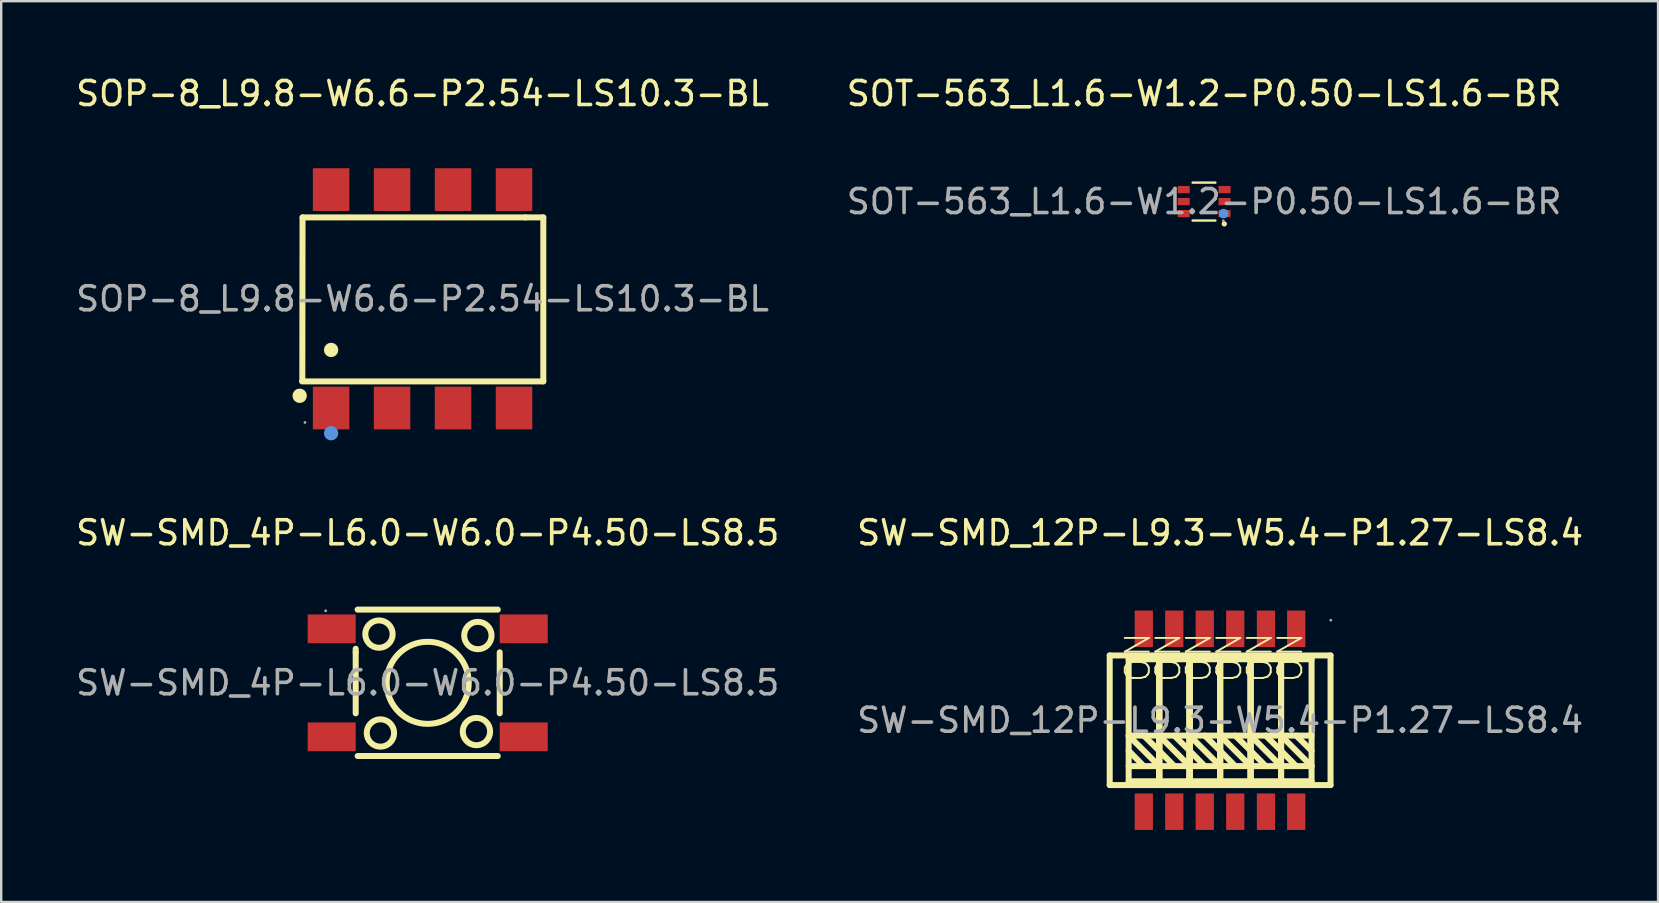
<source format=kicad_pcb>
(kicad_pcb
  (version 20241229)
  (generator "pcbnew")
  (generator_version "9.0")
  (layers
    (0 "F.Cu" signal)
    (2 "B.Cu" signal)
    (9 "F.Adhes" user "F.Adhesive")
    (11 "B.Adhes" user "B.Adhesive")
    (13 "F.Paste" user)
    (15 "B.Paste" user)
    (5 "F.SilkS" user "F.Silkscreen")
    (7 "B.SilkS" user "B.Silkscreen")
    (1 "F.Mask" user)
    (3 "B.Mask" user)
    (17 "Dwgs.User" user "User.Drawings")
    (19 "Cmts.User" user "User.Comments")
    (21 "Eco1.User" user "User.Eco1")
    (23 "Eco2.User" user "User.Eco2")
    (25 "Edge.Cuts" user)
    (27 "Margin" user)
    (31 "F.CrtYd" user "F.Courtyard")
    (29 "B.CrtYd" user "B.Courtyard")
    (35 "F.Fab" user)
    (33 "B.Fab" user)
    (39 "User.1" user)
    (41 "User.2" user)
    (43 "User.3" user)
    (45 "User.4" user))
  (footprint "SW-SMD_4P-L6.0-W6.0-P4.50-LS8.5"
    (layer "F.Cu")
    (at 14.768 25.396)
    (property "Reference" "SW-SMD_4P-L6.0-W6.0-P4.50-LS8.5" (at 0 -6.25 0) (layer "F.SilkS") (effects (font (size 1 1) (thickness 0.15))))
    (attr smd)
    (fp_line (start -3 -1.27) (end -3 -1.42) (stroke (width 0.25) (type solid)) (layer "F.SilkS"))
    (fp_line (start -3 -1.27) (end -3 1.27) (stroke (width 0.25) (type solid)) (layer "F.SilkS"))
    (fp_line (start -2.92 -3.05) (end 2.92 -3.05) (stroke (width 0.25) (type solid)) (layer "F.SilkS"))
    (fp_line (start -2.92 3.05) (end 2.92 3.05) (stroke (width 0.25) (type solid)) (layer "F.SilkS"))
    (fp_line (start 3 -1.27) (end 3 1.27) (stroke (width 0.25) (type solid)) (layer "F.SilkS"))
    (fp_circle (center -2.03 -2.03) (end -1.46 -2.03) (stroke (width 0.25) (type solid)) (fill no) (layer "F.SilkS"))
    (fp_circle (center -1.97 2.09) (end -1.4 2.09) (stroke (width 0.25) (type solid)) (fill no) (layer "F.SilkS"))
    (fp_circle (center 0 0) (end 1.71 0) (stroke (width 0.25) (type solid)) (fill no) (layer "F.SilkS"))
    (fp_circle (center 2.03 2.03) (end 2.6 2.03) (stroke (width 0.25) (type solid)) (fill no) (layer "F.SilkS"))
    (fp_circle (center 2.09 -1.97) (end 2.66 -1.97) (stroke (width 0.25) (type solid)) (fill no) (layer "F.SilkS"))
    (fp_circle (center -4.25 -3) (end -4.22 -3) (stroke (width 0.06) (type solid)) (fill no) (layer "F.Fab"))
    (fp_text user "${REFERENCE}" (at 0 0 0) (layer "F.Fab") (effects (font (size 1 1) (thickness 0.15))))
    (pad "1" smd rect (at -4 -2.25 90) (size 1.2 2) (layers "F.Cu" "F.Mask" "F.Paste"))
    (pad "2" smd rect (at 4 -2.25 90) (size 1.2 2) (layers "F.Cu" "F.Mask" "F.Paste"))
    (pad "3" smd rect (at -4 2.25 90) (size 1.2 2) (layers "F.Cu" "F.Mask" "F.Paste"))
    (pad "4" smd rect (at 4 2.25 90) (size 1.2 2) (layers "F.Cu" "F.Mask" "F.Paste")))
  (footprint "SOT-563_L1.6-W1.2-P0.50-LS1.6-BR"
    (layer "F.Cu")
    (at 47.113 5.348)
    (property "Reference" "SOT-563_L1.6-W1.2-P0.50-LS1.6-BR" (at 0 -4.5 0) (layer "F.SilkS") (effects (font (size 1 1) (thickness 0.15))))
    (attr smd)
    (fp_line (start -0.48 -0.79) (end 0.47 -0.79) (stroke (width 0.1) (type solid)) (layer "F.SilkS"))
    (fp_line (start -0.48 0.79) (end 0.47 0.79) (stroke (width 0.1) (type solid)) (layer "F.SilkS"))
    (fp_circle (center 0.84 0.93) (end 0.9 0.93) (stroke (width 0.1) (type solid)) (fill no) (layer "F.SilkS"))
    (fp_circle (center 0.81 0.5) (end 0.91 0.5) (stroke (width 0.2) (type solid)) (fill no) (layer "Cmts.User"))
    (fp_circle (center 0.8 0.8) (end 0.83 0.8) (stroke (width 0.06) (type solid)) (fill no) (layer "F.Fab"))
    (fp_text user "${REFERENCE}" (at 0 0 0) (layer "F.Fab") (effects (font (size 1 1) (thickness 0.15))))
    (pad "1" smd rect (at 0.85 0.5 90) (size 0.3 0.5) (layers "F.Cu" "F.Mask" "F.Paste"))
    (pad "2" smd rect (at 0.85 0 90) (size 0.3 0.5) (layers "F.Cu" "F.Mask" "F.Paste"))
    (pad "3" smd rect (at 0.85 -0.5 90) (size 0.3 0.5) (layers "F.Cu" "F.Mask" "F.Paste"))
    (pad "4" smd rect (at -0.85 -0.5 90) (size 0.3 0.5) (layers "F.Cu" "F.Mask" "F.Paste"))
    (pad "5" smd rect (at -0.85 0 90) (size 0.3 0.5) (layers "F.Cu" "F.Mask" "F.Paste"))
    (pad "6" smd rect (at -0.85 0.5 90) (size 0.3 0.5) (layers "F.Cu" "F.Mask" "F.Paste")))
  (footprint "SW-SMD_12P-L9.3-W5.4-P1.27-LS8.4"
    (layer "F.Cu")
    (at 47.78 26.956)
    (property "Reference" "SW-SMD_12P-L9.3-W5.4-P1.27-LS8.4" (at 0 -7.81 0) (layer "F.SilkS") (effects (font (size 1 1) (thickness 0.15))))
    (attr smd)
    (fp_line (start -4.6 -2.7) (end 4.6 -2.7) (stroke (width 0.25) (type solid)) (layer "F.SilkS"))
    (fp_line (start -4.6 2.7) (end -4.6 -2.7) (stroke (width 0.25) (type solid)) (layer "F.SilkS"))
    (fp_line (start -3.81 -2.54) (end -3.81 2.54) (stroke (width 0.25) (type solid)) (layer "F.SilkS"))
    (fp_line (start -3.81 0.64) (end -2.54 1.91) (stroke (width 0.25) (type solid)) (layer "F.SilkS"))
    (fp_line (start -3.81 1.27) (end -3.18 1.91) (stroke (width 0.25) (type solid)) (layer "F.SilkS"))
    (fp_line (start -3.81 1.91) (end -2.54 1.91) (stroke (width 0.25) (type solid)) (layer "F.SilkS"))
    (fp_line (start -3.81 2.54) (end -2.54 2.54) (stroke (width 0.25) (type solid)) (layer "F.SilkS"))
    (fp_line (start -3.18 0.64) (end -2.54 1.27) (stroke (width 0.25) (type solid)) (layer "F.SilkS"))
    (fp_line (start -2.54 -2.54) (end -3.81 -2.54) (stroke (width 0.25) (type solid)) (layer "F.SilkS"))
    (fp_line (start -2.54 -2.54) (end -2.54 2.54) (stroke (width 0.25) (type solid)) (layer "F.SilkS"))
    (fp_line (start -2.54 -2.54) (end -2.54 2.54) (stroke (width 0.25) (type solid)) (layer "F.SilkS"))
    (fp_line (start -2.54 -2.54) (end -1.27 -2.54) (stroke (width 0.25) (type solid)) (layer "F.SilkS"))
    (fp_line (start -2.54 0.64) (end -3.81 0.64) (stroke (width 0.25) (type solid)) (layer "F.SilkS"))
    (fp_line (start -2.54 0.64) (end -1.27 1.91) (stroke (width 0.25) (type solid)) (layer "F.SilkS"))
    (fp_line (start -2.54 1.27) (end -1.91 1.91) (stroke (width 0.25) (type solid)) (layer "F.SilkS"))
    (fp_line (start -2.54 1.91) (end -1.27 1.91) (stroke (width 0.25) (type solid)) (layer "F.SilkS"))
    (fp_line (start -2.54 2.54) (end -2.54 -2.54) (stroke (width 0.25) (type solid)) (layer "F.SilkS"))
    (fp_line (start -2.54 2.54) (end -2.54 -2.54) (stroke (width 0.25) (type solid)) (layer "F.SilkS"))
    (fp_line (start -2.54 2.54) (end -2.54 -2.54) (stroke (width 0.25) (type solid)) (layer "F.SilkS"))
    (fp_line (start -2.54 2.54) (end -2.54 -2.54) (stroke (width 0.25) (type solid)) (layer "F.SilkS"))
    (fp_line (start -1.91 0.64) (end -1.27 1.27) (stroke (width 0.25) (type solid)) (layer "F.SilkS"))
    (fp_line (start -1.27 -2.54) (end -1.27 2.54) (stroke (width 0.25) (type solid)) (layer "F.SilkS"))
    (fp_line (start -1.27 -2.54) (end -1.27 2.54) (stroke (width 0.25) (type solid)) (layer "F.SilkS"))
    (fp_line (start -1.27 -2.54) (end -1.27 2.54) (stroke (width 0.25) (type solid)) (layer "F.SilkS"))
    (fp_line (start -1.27 0.64) (end -2.54 0.64) (stroke (width 0.25) (type solid)) (layer "F.SilkS"))
    (fp_line (start -1.27 0.64) (end 0 1.91) (stroke (width 0.25) (type solid)) (layer "F.SilkS"))
    (fp_line (start -1.27 1.27) (end -0.64 1.91) (stroke (width 0.25) (type solid)) (layer "F.SilkS"))
    (fp_line (start -1.27 1.91) (end 0 1.91) (stroke (width 0.25) (type solid)) (layer "F.SilkS"))
    (fp_line (start -1.27 2.54) (end -2.54 2.54) (stroke (width 0.25) (type solid)) (layer "F.SilkS"))
    (fp_line (start -1.27 2.54) (end -1.27 -2.54) (stroke (width 0.25) (type solid)) (layer "F.SilkS"))
    (fp_line (start -1.27 2.54) (end -1.27 -2.54) (stroke (width 0.25) (type solid)) (layer "F.SilkS"))
    (fp_line (start -1.27 2.54) (end 0 2.54) (stroke (width 0.25) (type solid)) (layer "F.SilkS"))
    (fp_line (start -0.64 0.64) (end 0 1.27) (stroke (width 0.25) (type solid)) (layer "F.SilkS"))
    (fp_line (start 0 -2.54) (end -1.27 -2.54) (stroke (width 0.25) (type solid)) (layer "F.SilkS"))
    (fp_line (start 0 -2.54) (end 0 2.54) (stroke (width 0.25) (type solid)) (layer "F.SilkS"))
    (fp_line (start 0 -2.54) (end 0 2.54) (stroke (width 0.25) (type solid)) (layer "F.SilkS"))
    (fp_line (start 0 0.64) (end -1.27 0.64) (stroke (width 0.25) (type solid)) (layer "F.SilkS"))
    (fp_line (start 0 0.64) (end 1.27 0.64) (stroke (width 0.25) (type solid)) (layer "F.SilkS"))
    (fp_line (start 0 1.27) (end 0.63 1.91) (stroke (width 0.25) (type solid)) (layer "F.SilkS"))
    (fp_line (start 0 1.91) (end 1.27 1.91) (stroke (width 0.25) (type solid)) (layer "F.SilkS"))
    (fp_line (start 0 2.54) (end 0 -2.54) (stroke (width 0.25) (type solid)) (layer "F.SilkS"))
    (fp_line (start 0 2.54) (end 0 -2.54) (stroke (width 0.25) (type solid)) (layer "F.SilkS"))
    (fp_line (start 0 2.54) (end 1.27 2.54) (stroke (width 0.25) (type solid)) (layer "F.SilkS"))
    (fp_line (start 0.63 0.64) (end 1.27 1.27) (stroke (width 0.25) (type solid)) (layer "F.SilkS"))
    (fp_line (start 1.27 -2.54) (end 0 -2.54) (stroke (width 0.25) (type solid)) (layer "F.SilkS"))
    (fp_line (start 1.27 -2.54) (end 1.27 2.54) (stroke (width 0.25) (type solid)) (layer "F.SilkS"))
    (fp_line (start 1.27 -2.54) (end 2.54 -2.54) (stroke (width 0.25) (type solid)) (layer "F.SilkS"))
    (fp_line (start 1.27 0.64) (end 2.54 0.64) (stroke (width 0.25) (type solid)) (layer "F.SilkS"))
    (fp_line (start 1.27 0.64) (end 2.54 1.91) (stroke (width 0.25) (type solid)) (layer "F.SilkS"))
    (fp_line (start 1.27 1.27) (end 1.9 1.91) (stroke (width 0.25) (type solid)) (layer "F.SilkS"))
    (fp_line (start 1.27 1.91) (end 0 0.64) (stroke (width 0.25) (type solid)) (layer "F.SilkS"))
    (fp_line (start 1.27 2.54) (end 1.27 -2.54) (stroke (width 0.25) (type solid)) (layer "F.SilkS"))
    (fp_line (start 1.27 2.54) (end 1.27 -2.54) (stroke (width 0.25) (type solid)) (layer "F.SilkS"))
    (fp_line (start 1.9 0.64) (end 2.54 1.27) (stroke (width 0.25) (type solid)) (layer "F.SilkS"))
    (fp_line (start 2.54 -2.54) (end 2.54 2.54) (stroke (width 0.25) (type solid)) (layer "F.SilkS"))
    (fp_line (start 2.54 -2.54) (end 3.81 -2.54) (stroke (width 0.25) (type solid)) (layer "F.SilkS"))
    (fp_line (start 2.54 0.64) (end 3.81 0.64) (stroke (width 0.25) (type solid)) (layer "F.SilkS"))
    (fp_line (start 2.54 0.64) (end 3.81 1.91) (stroke (width 0.25) (type solid)) (layer "F.SilkS"))
    (fp_line (start 2.54 1.27) (end 3.17 1.91) (stroke (width 0.25) (type solid)) (layer "F.SilkS"))
    (fp_line (start 2.54 1.91) (end 1.27 1.91) (stroke (width 0.25) (type solid)) (layer "F.SilkS"))
    (fp_line (start 2.54 2.54) (end 1.27 2.54) (stroke (width 0.25) (type solid)) (layer "F.SilkS"))
    (fp_line (start 2.54 2.54) (end 2.54 -2.54) (stroke (width 0.25) (type solid)) (layer "F.SilkS"))
    (fp_line (start 3.17 0.64) (end 3.81 1.27) (stroke (width 0.25) (type solid)) (layer "F.SilkS"))
    (fp_line (start 3.81 -2.54) (end 3.81 2.54) (stroke (width 0.25) (type solid)) (layer "F.SilkS"))
    (fp_line (start 3.81 1.91) (end 2.54 1.91) (stroke (width 0.25) (type solid)) (layer "F.SilkS"))
    (fp_line (start 3.81 2.54) (end 2.54 2.54) (stroke (width 0.25) (type solid)) (layer "F.SilkS"))
    (fp_line (start 4.6 -2.7) (end 4.6 2.7) (stroke (width 0.25) (type solid)) (layer "F.SilkS"))
    (fp_line (start 4.6 2.7) (end -4.6 2.7) (stroke (width 0.25) (type solid)) (layer "F.SilkS"))
    (fp_circle (center 4.61 -4.17) (end 4.64 -4.17) (stroke (width 0.06) (type solid)) (fill no) (layer "F.Fab"))
    (fp_text user "ON" (at -2.16 -1.52 270) (layer "F.SilkS") (effects (font (size 1 1) (thickness 0.08)) (justify left)))
    (fp_text user "ON" (at 2.92 -1.52 270) (layer "F.SilkS") (effects (font (size 1 1) (thickness 0.08)) (justify left)))
    (fp_text user "ON" (at 1.65 -1.52 270) (layer "F.SilkS") (effects (font (size 1 1) (thickness 0.08)) (justify left)))
    (fp_text user "ON" (at 0.38 -1.52 270) (layer "F.SilkS") (effects (font (size 1 1) (thickness 0.08)) (justify left)))
    (fp_text user "ON" (at -0.89 -1.52 270) (layer "F.SilkS") (effects (font (size 1 1) (thickness 0.08)) (justify left)))
    (fp_text user "ON" (at -3.43 -1.52 270) (layer "F.SilkS") (effects (font (size 1 1) (thickness 0.08)) (justify left)))
    (fp_text user "${REFERENCE}" (at 0 0 0) (layer "F.Fab") (effects (font (size 1 1) (thickness 0.15))))
    (pad "1" smd rect (at 3.17 -3.81 270) (size 1.52 0.76) (layers "F.Cu" "F.Mask" "F.Paste"))
    (pad "2" smd rect (at 1.91 -3.81 270) (size 1.52 0.76) (layers "F.Cu" "F.Mask" "F.Paste"))
    (pad "3" smd rect (at 0.63 -3.81 270) (size 1.52 0.76) (layers "F.Cu" "F.Mask" "F.Paste"))
    (pad "4" smd rect (at -0.64 -3.81 270) (size 1.52 0.76) (layers "F.Cu" "F.Mask" "F.Paste"))
    (pad "5" smd rect (at -1.91 -3.81 270) (size 1.52 0.76) (layers "F.Cu" "F.Mask" "F.Paste"))
    (pad "6" smd rect (at -3.18 -3.81 270) (size 1.52 0.76) (layers "F.Cu" "F.Mask" "F.Paste"))
    (pad "7" smd rect (at -3.18 3.81 270) (size 1.52 0.76) (layers "F.Cu" "F.Mask" "F.Paste"))
    (pad "8" smd rect (at -1.91 3.81 270) (size 1.52 0.76) (layers "F.Cu" "F.Mask" "F.Paste"))
    (pad "9" smd rect (at -0.64 3.81 270) (size 1.52 0.76) (layers "F.Cu" "F.Mask" "F.Paste"))
    (pad "10" smd rect (at 0.63 3.81 270) (size 1.52 0.76) (layers "F.Cu" "F.Mask" "F.Paste"))
    (pad "11" smd rect (at 1.91 3.81 270) (size 1.52 0.76) (layers "F.Cu" "F.Mask" "F.Paste"))
    (pad "12" smd rect (at 3.17 3.81 270) (size 1.52 0.76) (layers "F.Cu" "F.Mask" "F.Paste")))
  (footprint "SOP-8_L9.8-W6.6-P2.54-LS10.3-BL"
    (layer "F.Cu")
    (at 14.554 9.398)
    (property "Reference" "SOP-8_L9.8-W6.6-P2.54-LS10.3-BL" (at 0 -8.55 0) (layer "F.SilkS") (effects (font (size 1 1) (thickness 0.15))))
    (attr smd)
    (fp_line (start -5 -3.39) (end -5.01 3.42) (stroke (width 0.25) (type solid)) (layer "F.SilkS"))
    (fp_line (start 4.29 -3.39) (end -5 -3.39) (stroke (width 0.25) (type solid)) (layer "F.SilkS"))
    (fp_line (start 4.29 -3.39) (end 5.03 -3.39) (stroke (width 0.25) (type solid)) (layer "F.SilkS"))
    (fp_line (start 5.03 -3.39) (end 5.03 3.44) (stroke (width 0.25) (type solid)) (layer "F.SilkS"))
    (fp_line (start 5.03 3.44) (end -5.02 3.44) (stroke (width 0.25) (type solid)) (layer "F.SilkS"))
    (fp_circle (center -5.12 4.04) (end -4.97 4.04) (stroke (width 0.3) (type solid)) (fill no) (layer "F.SilkS"))
    (fp_circle (center -3.81 2.13) (end -3.66 2.13) (stroke (width 0.3) (type solid)) (fill no) (layer "F.SilkS"))
    (fp_circle (center -3.81 5.6) (end -3.66 5.6) (stroke (width 0.3) (type solid)) (fill no) (layer "Cmts.User"))
    (fp_circle (center -4.9 5.15) (end -4.87 5.15) (stroke (width 0.06) (type solid)) (fill no) (layer "F.Fab"))
    (fp_text user "${REFERENCE}" (at 0 0 0) (layer "F.Fab") (effects (font (size 1 1) (thickness 0.15))))
    (pad "1" smd rect (at -3.81 4.55) (size 1.52 1.78) (layers "F.Cu" "F.Mask" "F.Paste"))
    (pad "2" smd rect (at -1.27 4.55) (size 1.52 1.78) (layers "F.Cu" "F.Mask" "F.Paste"))
    (pad "3" smd rect (at 1.27 4.55) (size 1.52 1.78) (layers "F.Cu" "F.Mask" "F.Paste"))
    (pad "4" smd rect (at 3.81 4.55) (size 1.52 1.78) (layers "F.Cu" "F.Mask" "F.Paste"))
    (pad "5" smd rect (at 3.81 -4.55) (size 1.52 1.78) (layers "F.Cu" "F.Mask" "F.Paste"))
    (pad "6" smd rect (at 1.27 -4.55) (size 1.52 1.78) (layers "F.Cu" "F.Mask" "F.Paste"))
    (pad "7" smd rect (at -1.27 -4.55) (size 1.52 1.78) (layers "F.Cu" "F.Mask" "F.Paste"))
    (pad "8" smd rect (at -3.81 -4.55) (size 1.52 1.78) (layers "F.Cu" "F.Mask" "F.Paste")))
  (gr_rect
    (start -3 -3)
    (end 66.024 34.526)
    (stroke (width 0.1) (type default))
    (fill no)
    (layer "Edge.Cuts")))
</source>
